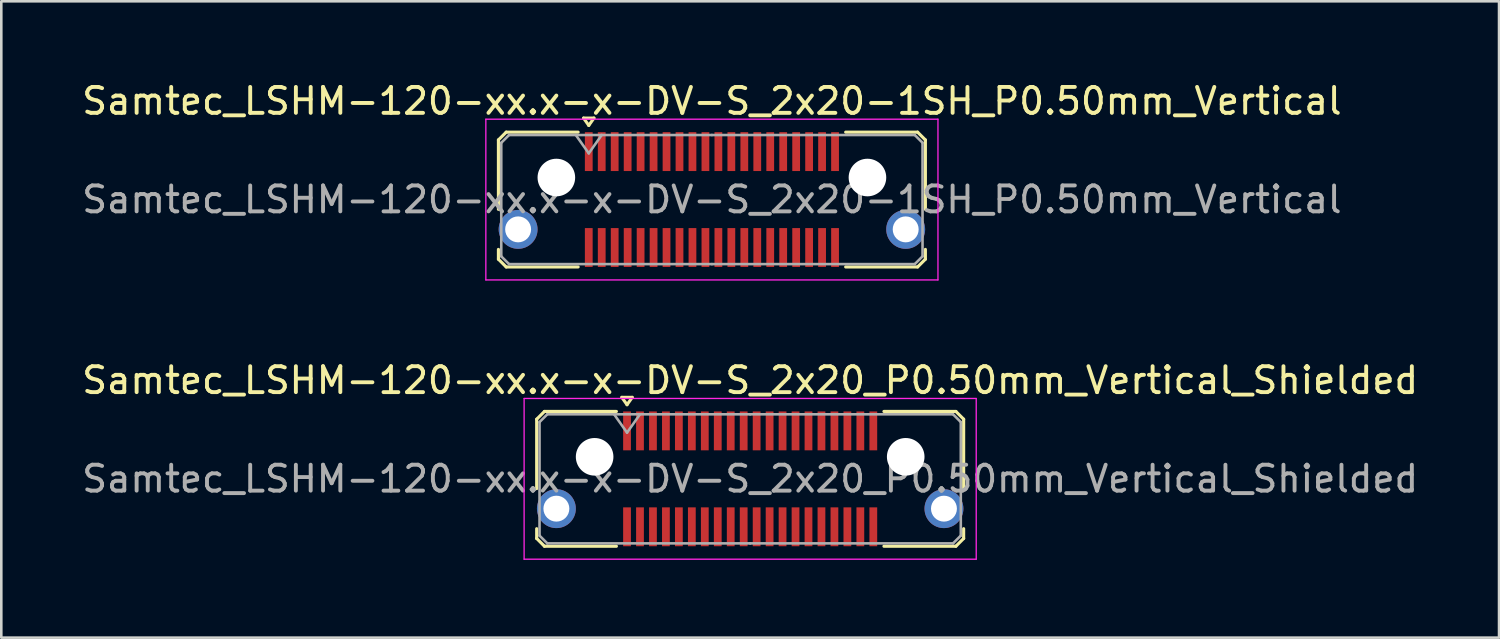
<source format=kicad_pcb>
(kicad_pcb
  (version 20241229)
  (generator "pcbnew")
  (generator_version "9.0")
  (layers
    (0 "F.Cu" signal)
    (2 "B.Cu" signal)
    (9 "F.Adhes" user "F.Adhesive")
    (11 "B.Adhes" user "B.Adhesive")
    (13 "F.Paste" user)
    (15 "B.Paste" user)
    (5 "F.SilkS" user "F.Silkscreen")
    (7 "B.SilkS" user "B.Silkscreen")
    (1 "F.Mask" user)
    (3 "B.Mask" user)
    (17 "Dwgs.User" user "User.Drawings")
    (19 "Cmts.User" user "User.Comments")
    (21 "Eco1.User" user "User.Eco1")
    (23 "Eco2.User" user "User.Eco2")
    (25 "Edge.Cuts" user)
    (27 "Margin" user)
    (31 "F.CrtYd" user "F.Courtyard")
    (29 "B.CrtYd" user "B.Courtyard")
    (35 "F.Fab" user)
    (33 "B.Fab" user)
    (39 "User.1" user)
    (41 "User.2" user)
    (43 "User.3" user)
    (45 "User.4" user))
  (footprint "Samtec_LSHM-120-xx.x-x-DV-S_2x20-1SH_P0.50mm_Vertical"
    (layer "F.Cu")
    (at 24.411 4.648)
    (property "Reference" "Samtec_LSHM-120-xx.x-x-DV-S_2x20-1SH_P0.50mm_Vertical" (at 0 -3.8 0) (layer "F.SilkS") (effects (font (size 1 1) (thickness 0.15))))
    (attr smd)
    (fp_line (start -8.235 -2.3) (end -8.235 0.377) (stroke (width 0.12) (type solid)) (layer "F.SilkS"))
    (fp_line (start -8.235 1.923) (end -8.235 2.3) (stroke (width 0.12) (type solid)) (layer "F.SilkS"))
    (fp_line (start -8.235 2.3) (end -7.935 2.6) (stroke (width 0.12) (type solid)) (layer "F.SilkS"))
    (fp_line (start -7.935 -2.6) (end -8.235 -2.3) (stroke (width 0.12) (type solid)) (layer "F.SilkS"))
    (fp_line (start -7.935 2.6) (end -5.16 2.6) (stroke (width 0.12) (type solid)) (layer "F.SilkS"))
    (fp_line (start -5.16 -2.6) (end -7.935 -2.6) (stroke (width 0.12) (type solid)) (layer "F.SilkS"))
    (fp_line (start -4.95 -3.143) (end -4.55 -3.143) (stroke (width 0.12) (type solid)) (layer "F.SilkS"))
    (fp_line (start -4.75 -2.86) (end -4.95 -3.143) (stroke (width 0.12) (type solid)) (layer "F.SilkS"))
    (fp_line (start -4.55 -3.143) (end -4.75 -2.86) (stroke (width 0.12) (type solid)) (layer "F.SilkS"))
    (fp_line (start 5.16 -2.6) (end 7.935 -2.6) (stroke (width 0.12) (type solid)) (layer "F.SilkS"))
    (fp_line (start 7.935 -2.6) (end 8.235 -2.3) (stroke (width 0.12) (type solid)) (layer "F.SilkS"))
    (fp_line (start 7.935 2.6) (end 5.16 2.6) (stroke (width 0.12) (type solid)) (layer "F.SilkS"))
    (fp_line (start 8.235 -2.3) (end 8.235 0.377) (stroke (width 0.12) (type solid)) (layer "F.SilkS"))
    (fp_line (start 8.235 1.923) (end 8.235 2.3) (stroke (width 0.12) (type solid)) (layer "F.SilkS"))
    (fp_line (start 8.235 2.3) (end 7.935 2.6) (stroke (width 0.12) (type solid)) (layer "F.SilkS"))
    (fp_line (start -8.72 -3.1) (end -8.72 3.1) (stroke (width 0.05) (type solid)) (layer "F.CrtYd"))
    (fp_line (start -8.72 3.1) (end 8.72 3.1) (stroke (width 0.05) (type solid)) (layer "F.CrtYd"))
    (fp_line (start 8.72 -3.1) (end -8.72 -3.1) (stroke (width 0.05) (type solid)) (layer "F.CrtYd"))
    (fp_line (start 8.72 3.1) (end 8.72 -3.1) (stroke (width 0.05) (type solid)) (layer "F.CrtYd"))
    (fp_line (start -8.125 -2.19) (end -8.125 2.19) (stroke (width 0.1) (type solid)) (layer "F.Fab"))
    (fp_line (start -8.125 2.19) (end -7.825 2.49) (stroke (width 0.1) (type solid)) (layer "F.Fab"))
    (fp_line (start -7.825 -2.49) (end -8.125 -2.19) (stroke (width 0.1) (type solid)) (layer "F.Fab"))
    (fp_line (start -7.825 2.49) (end 0 2.49) (stroke (width 0.1) (type solid)) (layer "F.Fab"))
    (fp_line (start -5.25 -2.49) (end -4.75 -1.783) (stroke (width 0.1) (type solid)) (layer "F.Fab"))
    (fp_line (start -4.75 -1.783) (end -4.25 -2.49) (stroke (width 0.1) (type solid)) (layer "F.Fab"))
    (fp_line (start 0 -2.49) (end -7.825 -2.49) (stroke (width 0.1) (type solid)) (layer "F.Fab"))
    (fp_line (start 0 -2.49) (end 7.825 -2.49) (stroke (width 0.1) (type solid)) (layer "F.Fab"))
    (fp_line (start 7.825 -2.49) (end 8.125 -2.19) (stroke (width 0.1) (type solid)) (layer "F.Fab"))
    (fp_line (start 7.825 2.49) (end 0 2.49) (stroke (width 0.1) (type solid)) (layer "F.Fab"))
    (fp_line (start 8.125 -2.19) (end 8.125 2.19) (stroke (width 0.1) (type solid)) (layer "F.Fab"))
    (fp_line (start 8.125 2.19) (end 7.825 2.49) (stroke (width 0.1) (type solid)) (layer "F.Fab"))
    (fp_text user "${REFERENCE}" (at 0 0 0) (layer "F.Fab") (effects (font (size 1 1) (thickness 0.15))))
    (pad "" np_thru_hole circle (at -6 -0.85) (size 1.45 1.45) (drill 1.45) (layers "*.Cu" "*.Mask"))
    (pad "" np_thru_hole circle (at 6 -0.85) (size 1.45 1.45) (drill 1.45) (layers "*.Cu" "*.Mask"))
    (pad "1" smd rect (at -4.75 -1.85) (size 0.3 1.5) (layers "F.Cu" "F.Mask" "F.Paste"))
    (pad "2" smd rect (at -4.75 1.85) (size 0.3 1.5) (layers "F.Cu" "F.Mask" "F.Paste"))
    (pad "3" smd rect (at -4.25 -1.85) (size 0.3 1.5) (layers "F.Cu" "F.Mask" "F.Paste"))
    (pad "4" smd rect (at -4.25 1.85) (size 0.3 1.5) (layers "F.Cu" "F.Mask" "F.Paste"))
    (pad "5" smd rect (at -3.75 -1.85) (size 0.3 1.5) (layers "F.Cu" "F.Mask" "F.Paste"))
    (pad "6" smd rect (at -3.75 1.85) (size 0.3 1.5) (layers "F.Cu" "F.Mask" "F.Paste"))
    (pad "7" smd rect (at -3.25 -1.85) (size 0.3 1.5) (layers "F.Cu" "F.Mask" "F.Paste"))
    (pad "8" smd rect (at -3.25 1.85) (size 0.3 1.5) (layers "F.Cu" "F.Mask" "F.Paste"))
    (pad "9" smd rect (at -2.75 -1.85) (size 0.3 1.5) (layers "F.Cu" "F.Mask" "F.Paste"))
    (pad "10" smd rect (at -2.75 1.85) (size 0.3 1.5) (layers "F.Cu" "F.Mask" "F.Paste"))
    (pad "11" smd rect (at -2.25 -1.85) (size 0.3 1.5) (layers "F.Cu" "F.Mask" "F.Paste"))
    (pad "12" smd rect (at -2.25 1.85) (size 0.3 1.5) (layers "F.Cu" "F.Mask" "F.Paste"))
    (pad "13" smd rect (at -1.75 -1.85) (size 0.3 1.5) (layers "F.Cu" "F.Mask" "F.Paste"))
    (pad "14" smd rect (at -1.75 1.85) (size 0.3 1.5) (layers "F.Cu" "F.Mask" "F.Paste"))
    (pad "15" smd rect (at -1.25 -1.85) (size 0.3 1.5) (layers "F.Cu" "F.Mask" "F.Paste"))
    (pad "16" smd rect (at -1.25 1.85) (size 0.3 1.5) (layers "F.Cu" "F.Mask" "F.Paste"))
    (pad "17" smd rect (at -0.75 -1.85) (size 0.3 1.5) (layers "F.Cu" "F.Mask" "F.Paste"))
    (pad "18" smd rect (at -0.75 1.85) (size 0.3 1.5) (layers "F.Cu" "F.Mask" "F.Paste"))
    (pad "19" smd rect (at -0.25 -1.85) (size 0.3 1.5) (layers "F.Cu" "F.Mask" "F.Paste"))
    (pad "20" smd rect (at -0.25 1.85) (size 0.3 1.5) (layers "F.Cu" "F.Mask" "F.Paste"))
    (pad "21" smd rect (at 0.25 -1.85) (size 0.3 1.5) (layers "F.Cu" "F.Mask" "F.Paste"))
    (pad "22" smd rect (at 0.25 1.85) (size 0.3 1.5) (layers "F.Cu" "F.Mask" "F.Paste"))
    (pad "23" smd rect (at 0.75 -1.85) (size 0.3 1.5) (layers "F.Cu" "F.Mask" "F.Paste"))
    (pad "24" smd rect (at 0.75 1.85) (size 0.3 1.5) (layers "F.Cu" "F.Mask" "F.Paste"))
    (pad "25" smd rect (at 1.25 -1.85) (size 0.3 1.5) (layers "F.Cu" "F.Mask" "F.Paste"))
    (pad "26" smd rect (at 1.25 1.85) (size 0.3 1.5) (layers "F.Cu" "F.Mask" "F.Paste"))
    (pad "27" smd rect (at 1.75 -1.85) (size 0.3 1.5) (layers "F.Cu" "F.Mask" "F.Paste"))
    (pad "28" smd rect (at 1.75 1.85) (size 0.3 1.5) (layers "F.Cu" "F.Mask" "F.Paste"))
    (pad "29" smd rect (at 2.25 -1.85) (size 0.3 1.5) (layers "F.Cu" "F.Mask" "F.Paste"))
    (pad "30" smd rect (at 2.25 1.85) (size 0.3 1.5) (layers "F.Cu" "F.Mask" "F.Paste"))
    (pad "31" smd rect (at 2.75 -1.85) (size 0.3 1.5) (layers "F.Cu" "F.Mask" "F.Paste"))
    (pad "32" smd rect (at 2.75 1.85) (size 0.3 1.5) (layers "F.Cu" "F.Mask" "F.Paste"))
    (pad "33" smd rect (at 3.25 -1.85) (size 0.3 1.5) (layers "F.Cu" "F.Mask" "F.Paste"))
    (pad "34" smd rect (at 3.25 1.85) (size 0.3 1.5) (layers "F.Cu" "F.Mask" "F.Paste"))
    (pad "35" smd rect (at 3.75 -1.85) (size 0.3 1.5) (layers "F.Cu" "F.Mask" "F.Paste"))
    (pad "36" smd rect (at 3.75 1.85) (size 0.3 1.5) (layers "F.Cu" "F.Mask" "F.Paste"))
    (pad "37" smd rect (at 4.25 -1.85) (size 0.3 1.5) (layers "F.Cu" "F.Mask" "F.Paste"))
    (pad "38" smd rect (at 4.25 1.85) (size 0.3 1.5) (layers "F.Cu" "F.Mask" "F.Paste"))
    (pad "39" smd rect (at 4.75 -1.85) (size 0.3 1.5) (layers "F.Cu" "F.Mask" "F.Paste"))
    (pad "40" smd rect (at 4.75 1.85) (size 0.3 1.5) (layers "F.Cu" "F.Mask" "F.Paste"))
    (pad "SH" thru_hole circle (at -7.475 1.15) (size 1.5 1.5) (drill 1) (layers "*.Cu" "*.Mask"))
    (pad "SH" thru_hole circle (at 7.475 1.15) (size 1.5 1.5) (drill 1) (layers "*.Cu" "*.Mask")))
  (footprint "Samtec_LSHM-120-xx.x-x-DV-S_2x20_P0.50mm_Vertical_Shielded"
    (layer "F.Cu")
    (at 25.887 15.421)
    (property "Reference" "Samtec_LSHM-120-xx.x-x-DV-S_2x20_P0.50mm_Vertical_Shielded" (at 0 -3.8 0) (layer "F.SilkS") (effects (font (size 1 1) (thickness 0.15))))
    (attr through_hole)
    (fp_line (start -8.235 -2.3) (end -8.235 0.377) (stroke (width 0.12) (type solid)) (layer "F.SilkS"))
    (fp_line (start -8.235 1.923) (end -8.235 2.3) (stroke (width 0.12) (type solid)) (layer "F.SilkS"))
    (fp_line (start -8.235 2.3) (end -7.935 2.6) (stroke (width 0.12) (type solid)) (layer "F.SilkS"))
    (fp_line (start -7.935 -2.6) (end -8.235 -2.3) (stroke (width 0.12) (type solid)) (layer "F.SilkS"))
    (fp_line (start -7.935 2.6) (end -5.16 2.6) (stroke (width 0.12) (type solid)) (layer "F.SilkS"))
    (fp_line (start -5.16 -2.6) (end -7.935 -2.6) (stroke (width 0.12) (type solid)) (layer "F.SilkS"))
    (fp_line (start -4.95 -3.143) (end -4.55 -3.143) (stroke (width 0.12) (type solid)) (layer "F.SilkS"))
    (fp_line (start -4.75 -2.86) (end -4.95 -3.143) (stroke (width 0.12) (type solid)) (layer "F.SilkS"))
    (fp_line (start -4.55 -3.143) (end -4.75 -2.86) (stroke (width 0.12) (type solid)) (layer "F.SilkS"))
    (fp_line (start 5.16 -2.6) (end 7.935 -2.6) (stroke (width 0.12) (type solid)) (layer "F.SilkS"))
    (fp_line (start 7.935 -2.6) (end 8.235 -2.3) (stroke (width 0.12) (type solid)) (layer "F.SilkS"))
    (fp_line (start 7.935 2.6) (end 5.16 2.6) (stroke (width 0.12) (type solid)) (layer "F.SilkS"))
    (fp_line (start 8.235 -2.3) (end 8.235 0.377) (stroke (width 0.12) (type solid)) (layer "F.SilkS"))
    (fp_line (start 8.235 1.923) (end 8.235 2.3) (stroke (width 0.12) (type solid)) (layer "F.SilkS"))
    (fp_line (start 8.235 2.3) (end 7.935 2.6) (stroke (width 0.12) (type solid)) (layer "F.SilkS"))
    (fp_line (start -8.72 -3.1) (end -8.72 3.1) (stroke (width 0.05) (type solid)) (layer "F.CrtYd"))
    (fp_line (start -8.72 3.1) (end 8.72 3.1) (stroke (width 0.05) (type solid)) (layer "F.CrtYd"))
    (fp_line (start 8.72 -3.1) (end -8.72 -3.1) (stroke (width 0.05) (type solid)) (layer "F.CrtYd"))
    (fp_line (start 8.72 3.1) (end 8.72 -3.1) (stroke (width 0.05) (type solid)) (layer "F.CrtYd"))
    (fp_line (start -8.125 -2.19) (end -8.125 2.19) (stroke (width 0.1) (type solid)) (layer "F.Fab"))
    (fp_line (start -8.125 2.19) (end -7.825 2.49) (stroke (width 0.1) (type solid)) (layer "F.Fab"))
    (fp_line (start -7.825 -2.49) (end -8.125 -2.19) (stroke (width 0.1) (type solid)) (layer "F.Fab"))
    (fp_line (start -7.825 2.49) (end 0 2.49) (stroke (width 0.1) (type solid)) (layer "F.Fab"))
    (fp_line (start -5.25 -2.49) (end -4.75 -1.783) (stroke (width 0.1) (type solid)) (layer "F.Fab"))
    (fp_line (start -4.75 -1.783) (end -4.25 -2.49) (stroke (width 0.1) (type solid)) (layer "F.Fab"))
    (fp_line (start 0 -2.49) (end -7.825 -2.49) (stroke (width 0.1) (type solid)) (layer "F.Fab"))
    (fp_line (start 0 -2.49) (end 7.825 -2.49) (stroke (width 0.1) (type solid)) (layer "F.Fab"))
    (fp_line (start 7.825 -2.49) (end 8.125 -2.19) (stroke (width 0.1) (type solid)) (layer "F.Fab"))
    (fp_line (start 7.825 2.49) (end 0 2.49) (stroke (width 0.1) (type solid)) (layer "F.Fab"))
    (fp_line (start 8.125 -2.19) (end 8.125 2.19) (stroke (width 0.1) (type solid)) (layer "F.Fab"))
    (fp_line (start 8.125 2.19) (end 7.825 2.49) (stroke (width 0.1) (type solid)) (layer "F.Fab"))
    (fp_text user "${REFERENCE}" (at 0 0 0) (layer "F.Fab") (effects (font (size 1 1) (thickness 0.15))))
    (pad "" np_thru_hole circle (at -6 -0.85) (size 1.45 1.45) (drill 1.45) (layers "*.Cu" "*.Mask"))
    (pad "" np_thru_hole circle (at 6 -0.85) (size 1.45 1.45) (drill 1.45) (layers "*.Cu" "*.Mask"))
    (pad "0" thru_hole circle (at -7.475 1.15) (size 1.5 1.5) (drill 1) (layers "*.Cu" "*.Mask"))
    (pad "0" thru_hole circle (at 7.475 1.15) (size 1.5 1.5) (drill 1) (layers "*.Cu" "*.Mask"))
    (pad "1" smd rect (at -4.75 -1.85) (size 0.3 1.5) (layers "F.Cu" "F.Mask" "F.Paste"))
    (pad "2" smd rect (at -4.75 1.85) (size 0.3 1.5) (layers "F.Cu" "F.Mask" "F.Paste"))
    (pad "3" smd rect (at -4.25 -1.85) (size 0.3 1.5) (layers "F.Cu" "F.Mask" "F.Paste"))
    (pad "4" smd rect (at -4.25 1.85) (size 0.3 1.5) (layers "F.Cu" "F.Mask" "F.Paste"))
    (pad "5" smd rect (at -3.75 -1.85) (size 0.3 1.5) (layers "F.Cu" "F.Mask" "F.Paste"))
    (pad "6" smd rect (at -3.75 1.85) (size 0.3 1.5) (layers "F.Cu" "F.Mask" "F.Paste"))
    (pad "7" smd rect (at -3.25 -1.85) (size 0.3 1.5) (layers "F.Cu" "F.Mask" "F.Paste"))
    (pad "8" smd rect (at -3.25 1.85) (size 0.3 1.5) (layers "F.Cu" "F.Mask" "F.Paste"))
    (pad "9" smd rect (at -2.75 -1.85) (size 0.3 1.5) (layers "F.Cu" "F.Mask" "F.Paste"))
    (pad "10" smd rect (at -2.75 1.85) (size 0.3 1.5) (layers "F.Cu" "F.Mask" "F.Paste"))
    (pad "11" smd rect (at -2.25 -1.85) (size 0.3 1.5) (layers "F.Cu" "F.Mask" "F.Paste"))
    (pad "12" smd rect (at -2.25 1.85) (size 0.3 1.5) (layers "F.Cu" "F.Mask" "F.Paste"))
    (pad "13" smd rect (at -1.75 -1.85) (size 0.3 1.5) (layers "F.Cu" "F.Mask" "F.Paste"))
    (pad "14" smd rect (at -1.75 1.85) (size 0.3 1.5) (layers "F.Cu" "F.Mask" "F.Paste"))
    (pad "15" smd rect (at -1.25 -1.85) (size 0.3 1.5) (layers "F.Cu" "F.Mask" "F.Paste"))
    (pad "16" smd rect (at -1.25 1.85) (size 0.3 1.5) (layers "F.Cu" "F.Mask" "F.Paste"))
    (pad "17" smd rect (at -0.75 -1.85) (size 0.3 1.5) (layers "F.Cu" "F.Mask" "F.Paste"))
    (pad "18" smd rect (at -0.75 1.85) (size 0.3 1.5) (layers "F.Cu" "F.Mask" "F.Paste"))
    (pad "19" smd rect (at -0.25 -1.85) (size 0.3 1.5) (layers "F.Cu" "F.Mask" "F.Paste"))
    (pad "20" smd rect (at -0.25 1.85) (size 0.3 1.5) (layers "F.Cu" "F.Mask" "F.Paste"))
    (pad "21" smd rect (at 0.25 -1.85) (size 0.3 1.5) (layers "F.Cu" "F.Mask" "F.Paste"))
    (pad "22" smd rect (at 0.25 1.85) (size 0.3 1.5) (layers "F.Cu" "F.Mask" "F.Paste"))
    (pad "23" smd rect (at 0.75 -1.85) (size 0.3 1.5) (layers "F.Cu" "F.Mask" "F.Paste"))
    (pad "24" smd rect (at 0.75 1.85) (size 0.3 1.5) (layers "F.Cu" "F.Mask" "F.Paste"))
    (pad "25" smd rect (at 1.25 -1.85) (size 0.3 1.5) (layers "F.Cu" "F.Mask" "F.Paste"))
    (pad "26" smd rect (at 1.25 1.85) (size 0.3 1.5) (layers "F.Cu" "F.Mask" "F.Paste"))
    (pad "27" smd rect (at 1.75 -1.85) (size 0.3 1.5) (layers "F.Cu" "F.Mask" "F.Paste"))
    (pad "28" smd rect (at 1.75 1.85) (size 0.3 1.5) (layers "F.Cu" "F.Mask" "F.Paste"))
    (pad "29" smd rect (at 2.25 -1.85) (size 0.3 1.5) (layers "F.Cu" "F.Mask" "F.Paste"))
    (pad "30" smd rect (at 2.25 1.85) (size 0.3 1.5) (layers "F.Cu" "F.Mask" "F.Paste"))
    (pad "31" smd rect (at 2.75 -1.85) (size 0.3 1.5) (layers "F.Cu" "F.Mask" "F.Paste"))
    (pad "32" smd rect (at 2.75 1.85) (size 0.3 1.5) (layers "F.Cu" "F.Mask" "F.Paste"))
    (pad "33" smd rect (at 3.25 -1.85) (size 0.3 1.5) (layers "F.Cu" "F.Mask" "F.Paste"))
    (pad "34" smd rect (at 3.25 1.85) (size 0.3 1.5) (layers "F.Cu" "F.Mask" "F.Paste"))
    (pad "35" smd rect (at 3.75 -1.85) (size 0.3 1.5) (layers "F.Cu" "F.Mask" "F.Paste"))
    (pad "36" smd rect (at 3.75 1.85) (size 0.3 1.5) (layers "F.Cu" "F.Mask" "F.Paste"))
    (pad "37" smd rect (at 4.25 -1.85) (size 0.3 1.5) (layers "F.Cu" "F.Mask" "F.Paste"))
    (pad "38" smd rect (at 4.25 1.85) (size 0.3 1.5) (layers "F.Cu" "F.Mask" "F.Paste"))
    (pad "39" smd rect (at 4.75 -1.85) (size 0.3 1.5) (layers "F.Cu" "F.Mask" "F.Paste"))
    (pad "40" smd rect (at 4.75 1.85) (size 0.3 1.5) (layers "F.Cu" "F.Mask" "F.Paste")))
  (gr_rect
    (start -3 -3)
    (end 54.774 21.547)
    (stroke (width 0.1) (type default))
    (fill no)
    (layer "Edge.Cuts")))
</source>
